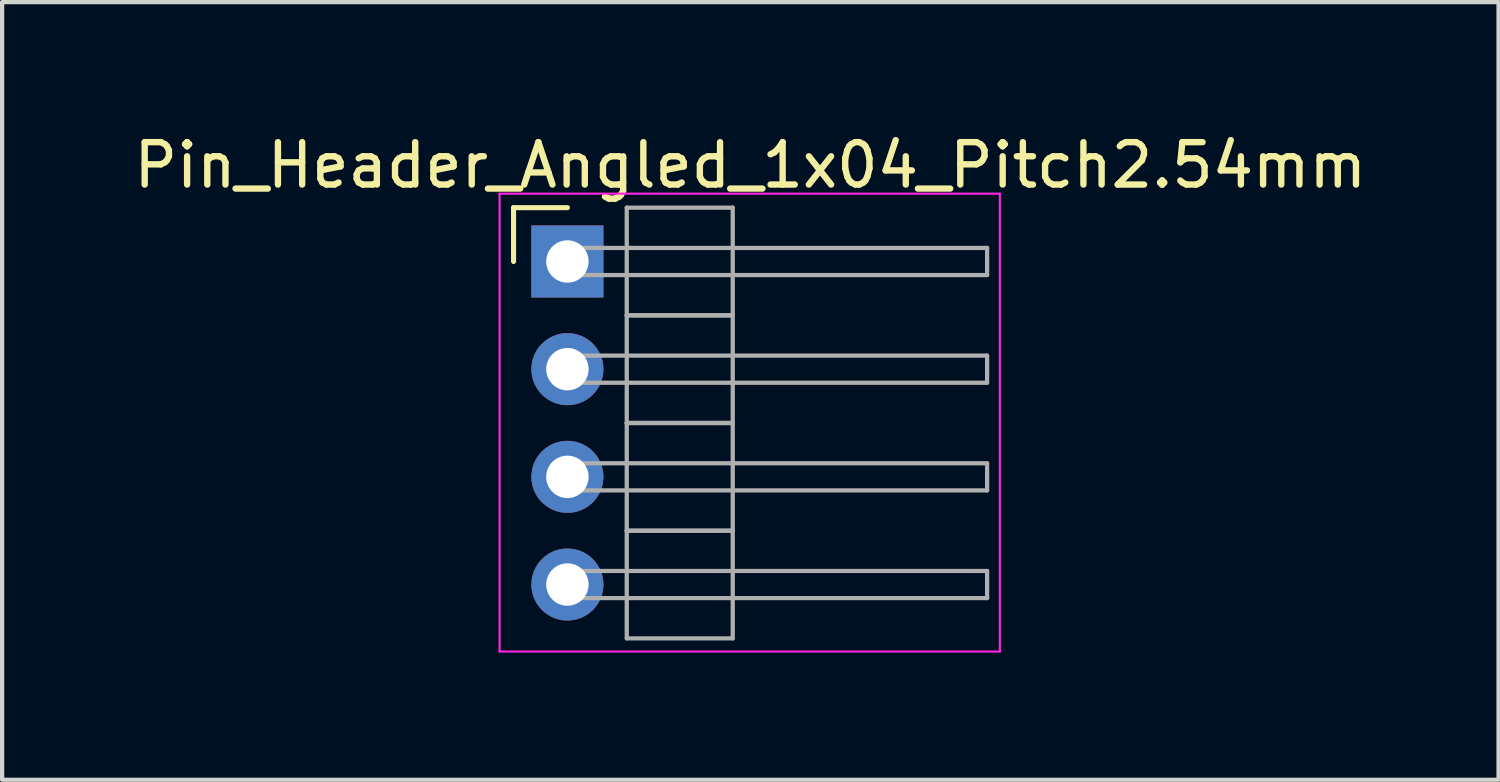
<source format=kicad_pcb>
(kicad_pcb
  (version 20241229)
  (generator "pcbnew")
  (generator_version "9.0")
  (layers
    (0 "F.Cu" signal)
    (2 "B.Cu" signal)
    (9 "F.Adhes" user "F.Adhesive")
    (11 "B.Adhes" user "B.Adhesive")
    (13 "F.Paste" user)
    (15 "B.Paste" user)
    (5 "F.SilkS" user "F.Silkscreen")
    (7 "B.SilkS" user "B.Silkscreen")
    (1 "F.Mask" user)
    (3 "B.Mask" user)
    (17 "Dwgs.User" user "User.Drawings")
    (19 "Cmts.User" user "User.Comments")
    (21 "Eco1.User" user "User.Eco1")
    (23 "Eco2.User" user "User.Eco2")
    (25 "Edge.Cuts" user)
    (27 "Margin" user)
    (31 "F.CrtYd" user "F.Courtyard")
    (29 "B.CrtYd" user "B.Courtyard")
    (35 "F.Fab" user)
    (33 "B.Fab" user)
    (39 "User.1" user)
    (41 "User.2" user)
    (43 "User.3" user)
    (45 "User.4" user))
  (footprint "Pin_Header_Angled_1x04_Pitch2.54mm"
    (layer "F.Cu")
    (at 10.334 3.118)
    (property "Reference" "Pin_Header_Angled_1x04_Pitch2.54mm" (at 4.315 -2.27 0) (layer "F.SilkS") (effects (font (size 1 1) (thickness 0.15))))
    (attr through_hole)
    (fp_line (start -1.27 -1.27) (end 0 -1.27) (stroke (width 0.12) (type solid)) (layer "F.SilkS"))
    (fp_line (start -1.27 0) (end -1.27 -1.27) (stroke (width 0.12) (type solid)) (layer "F.SilkS"))
    (fp_line (start -1.6 -1.6) (end -1.6 9.2) (stroke (width 0.05) (type solid)) (layer "F.CrtYd"))
    (fp_line (start -1.6 9.2) (end 10.2 9.2) (stroke (width 0.05) (type solid)) (layer "F.CrtYd"))
    (fp_line (start 10.2 -1.6) (end -1.6 -1.6) (stroke (width 0.05) (type solid)) (layer "F.CrtYd"))
    (fp_line (start 10.2 9.2) (end 10.2 -1.6) (stroke (width 0.05) (type solid)) (layer "F.CrtYd"))
    (fp_line (start 0 -0.32) (end 0 0.32) (stroke (width 0.1) (type solid)) (layer "F.Fab"))
    (fp_line (start 0 0.32) (end 9.9 0.32) (stroke (width 0.1) (type solid)) (layer "F.Fab"))
    (fp_line (start 0 2.22) (end 0 2.86) (stroke (width 0.1) (type solid)) (layer "F.Fab"))
    (fp_line (start 0 2.86) (end 9.9 2.86) (stroke (width 0.1) (type solid)) (layer "F.Fab"))
    (fp_line (start 0 4.76) (end 0 5.4) (stroke (width 0.1) (type solid)) (layer "F.Fab"))
    (fp_line (start 0 5.4) (end 9.9 5.4) (stroke (width 0.1) (type solid)) (layer "F.Fab"))
    (fp_line (start 0 7.3) (end 0 7.94) (stroke (width 0.1) (type solid)) (layer "F.Fab"))
    (fp_line (start 0 7.94) (end 9.9 7.94) (stroke (width 0.1) (type solid)) (layer "F.Fab"))
    (fp_line (start 1.4 -1.27) (end 1.4 1.27) (stroke (width 0.1) (type solid)) (layer "F.Fab"))
    (fp_line (start 1.4 1.27) (end 1.4 3.81) (stroke (width 0.1) (type solid)) (layer "F.Fab"))
    (fp_line (start 1.4 1.27) (end 3.9 1.27) (stroke (width 0.1) (type solid)) (layer "F.Fab"))
    (fp_line (start 1.4 3.81) (end 1.4 6.35) (stroke (width 0.1) (type solid)) (layer "F.Fab"))
    (fp_line (start 1.4 3.81) (end 3.9 3.81) (stroke (width 0.1) (type solid)) (layer "F.Fab"))
    (fp_line (start 1.4 6.35) (end 1.4 8.89) (stroke (width 0.1) (type solid)) (layer "F.Fab"))
    (fp_line (start 1.4 6.35) (end 3.9 6.35) (stroke (width 0.1) (type solid)) (layer "F.Fab"))
    (fp_line (start 1.4 8.89) (end 3.9 8.89) (stroke (width 0.1) (type solid)) (layer "F.Fab"))
    (fp_line (start 3.9 -1.27) (end 1.4 -1.27) (stroke (width 0.1) (type solid)) (layer "F.Fab"))
    (fp_line (start 3.9 1.27) (end 1.4 1.27) (stroke (width 0.1) (type solid)) (layer "F.Fab"))
    (fp_line (start 3.9 1.27) (end 3.9 -1.27) (stroke (width 0.1) (type solid)) (layer "F.Fab"))
    (fp_line (start 3.9 3.81) (end 1.4 3.81) (stroke (width 0.1) (type solid)) (layer "F.Fab"))
    (fp_line (start 3.9 3.81) (end 3.9 1.27) (stroke (width 0.1) (type solid)) (layer "F.Fab"))
    (fp_line (start 3.9 6.35) (end 1.4 6.35) (stroke (width 0.1) (type solid)) (layer "F.Fab"))
    (fp_line (start 3.9 6.35) (end 3.9 3.81) (stroke (width 0.1) (type solid)) (layer "F.Fab"))
    (fp_line (start 3.9 8.89) (end 3.9 6.35) (stroke (width 0.1) (type solid)) (layer "F.Fab"))
    (fp_line (start 9.9 -0.32) (end 0 -0.32) (stroke (width 0.1) (type solid)) (layer "F.Fab"))
    (fp_line (start 9.9 0.32) (end 9.9 -0.32) (stroke (width 0.1) (type solid)) (layer "F.Fab"))
    (fp_line (start 9.9 2.22) (end 0 2.22) (stroke (width 0.1) (type solid)) (layer "F.Fab"))
    (fp_line (start 9.9 2.86) (end 9.9 2.22) (stroke (width 0.1) (type solid)) (layer "F.Fab"))
    (fp_line (start 9.9 4.76) (end 0 4.76) (stroke (width 0.1) (type solid)) (layer "F.Fab"))
    (fp_line (start 9.9 5.4) (end 9.9 4.76) (stroke (width 0.1) (type solid)) (layer "F.Fab"))
    (fp_line (start 9.9 7.3) (end 0 7.3) (stroke (width 0.1) (type solid)) (layer "F.Fab"))
    (fp_line (start 9.9 7.94) (end 9.9 7.3) (stroke (width 0.1) (type solid)) (layer "F.Fab"))
    (pad "1" thru_hole rect (at 0 0) (size 1.7 1.7) (drill 1) (layers "*.Cu" "*.Mask"))
    (pad "2" thru_hole oval (at 0 2.54) (size 1.7 1.7) (drill 1) (layers "*.Cu" "*.Mask"))
    (pad "3" thru_hole oval (at 0 5.08) (size 1.7 1.7) (drill 1) (layers "*.Cu" "*.Mask"))
    (pad "4" thru_hole oval (at 0 7.62) (size 1.7 1.7) (drill 1) (layers "*.Cu" "*.Mask")))
  (gr_rect
    (start -3 -3)
    (end 32.298 15.343)
    (stroke (width 0.1) (type default))
    (fill no)
    (layer "Edge.Cuts")))
</source>
